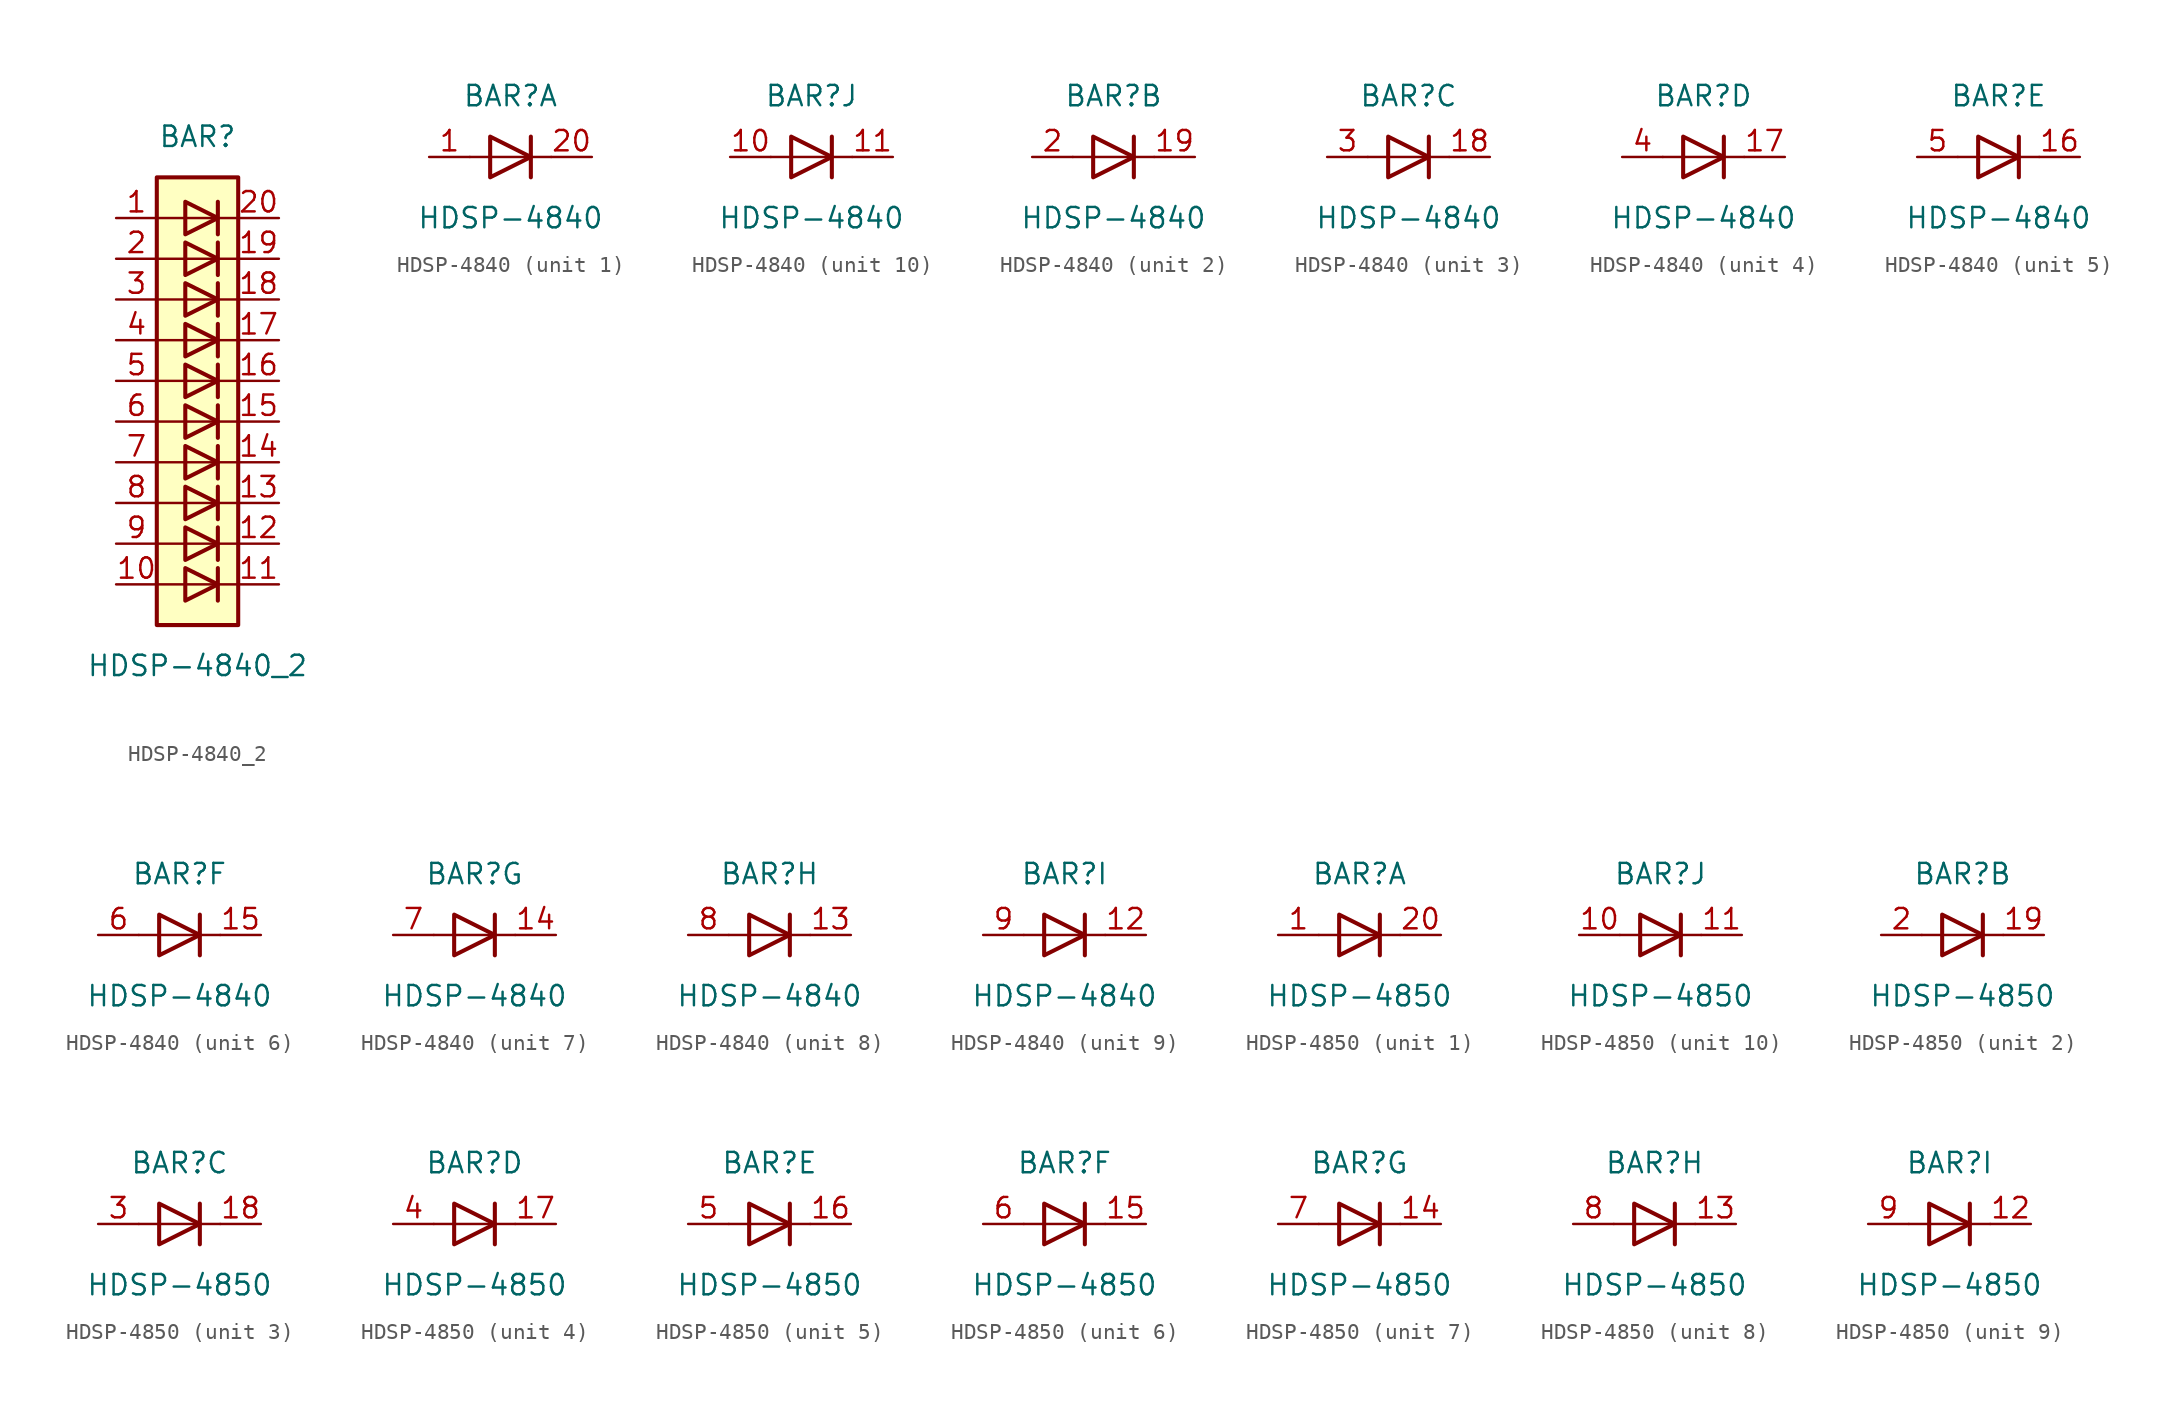
<source format=kicad_sym>
(kicad_symbol_lib
  (version 20211014)
  (generator kicad_symbol_editor)
  (symbol "HDSP-4840_2"
    (pin_names
      (offset 1.016) hide)
    (property "Reference" "BAR"
      (at 0 15.24 0)
      (effects (font (size 1.27 1.27))))
    (property "Value" "HDSP-4840_2"
      (at 0 -17.78 0)
      (effects (font (size 1.27 1.27))))
    (symbol "HDSP-4840_2_0_1"
      (rectangle (start -2.54 12.7) (end 2.54 -15.24) (stroke (width 0.254) (type default) (color 0 0 0 0)) (fill (type background)))
      (polyline (pts (xy -2.54 -12.7) (xy 2.54 -12.7)) (stroke (width 0) (type default) (color 0 0 0 0)) (fill (type none)))
      (polyline (pts (xy -2.54 -10.16) (xy 2.54 -10.16)) (stroke (width 0) (type default) (color 0 0 0 0)) (fill (type none)))
      (polyline (pts (xy -2.54 -7.62) (xy 2.54 -7.62)) (stroke (width 0) (type default) (color 0 0 0 0)) (fill (type none)))
      (polyline (pts (xy -2.54 -5.08) (xy 2.54 -5.08)) (stroke (width 0) (type default) (color 0 0 0 0)) (fill (type none)))
      (polyline (pts (xy -2.54 0) (xy 2.54 0)) (stroke (width 0) (type default) (color 0 0 0 0)) (fill (type none)))
      (polyline (pts (xy -2.54 5.08) (xy 2.54 5.08)) (stroke (width 0) (type default) (color 0 0 0 0)) (fill (type none)))
      (polyline (pts (xy -2.54 7.62) (xy 2.54 7.62)) (stroke (width 0) (type default) (color 0 0 0 0)) (fill (type none)))
      (polyline (pts (xy -2.54 10.16) (xy 2.54 10.16)) (stroke (width 0) (type default) (color 0 0 0 0)) (fill (type none)))
      (polyline (pts (xy 1.27 -11.684) (xy 1.27 -13.716)) (stroke (width 0.254) (type default) (color 0 0 0 0)) (fill (type none)))
      (polyline (pts (xy 1.27 -9.144) (xy 1.27 -11.176)) (stroke (width 0.254) (type default) (color 0 0 0 0)) (fill (type none)))
      (polyline (pts (xy 1.27 -6.604) (xy 1.27 -8.636)) (stroke (width 0.254) (type default) (color 0 0 0 0)) (fill (type none)))
      (polyline (pts (xy 1.27 -4.064) (xy 1.27 -6.096)) (stroke (width 0.254) (type default) (color 0 0 0 0)) (fill (type none)))
      (polyline (pts (xy 1.27 -1.524) (xy 1.27 -3.556)) (stroke (width 0.254) (type default) (color 0 0 0 0)) (fill (type none)))
      (polyline (pts (xy 1.27 1.016) (xy 1.27 -1.016)) (stroke (width 0.254) (type default) (color 0 0 0 0)) (fill (type none)))
      (polyline (pts (xy 1.27 3.556) (xy 1.27 1.524)) (stroke (width 0.254) (type default) (color 0 0 0 0)) (fill (type none)))
      (polyline (pts (xy 1.27 6.096) (xy 1.27 4.064)) (stroke (width 0.254) (type default) (color 0 0 0 0)) (fill (type none)))
      (polyline (pts (xy 1.27 8.636) (xy 1.27 6.604)) (stroke (width 0.254) (type default) (color 0 0 0 0)) (fill (type none)))
      (polyline (pts (xy 1.27 11.176) (xy 1.27 9.144)) (stroke (width 0.254) (type default) (color 0 0 0 0)) (fill (type none)))
      (polyline (pts (xy 2.54 -2.54) (xy -2.54 -2.54)) (stroke (width 0) (type default) (color 0 0 0 0)) (fill (type none)))
      (polyline (pts (xy 2.54 2.54) (xy -2.54 2.54)) (stroke (width 0) (type default) (color 0 0 0 0)) (fill (type none)))
      (polyline (pts (xy -0.762 -11.684) (xy -0.762 -13.716) (xy 1.27 -12.7) (xy -0.762 -11.684)) (stroke (width 0.254) (type default) (color 0 0 0 0)) (fill (type none)))
      (polyline (pts (xy -0.762 -9.144) (xy -0.762 -11.176) (xy 1.27 -10.16) (xy -0.762 -9.144)) (stroke (width 0.254) (type default) (color 0 0 0 0)) (fill (type none)))
      (polyline (pts (xy -0.762 -6.604) (xy -0.762 -8.636) (xy 1.27 -7.62) (xy -0.762 -6.604)) (stroke (width 0.254) (type default) (color 0 0 0 0)) (fill (type none)))
      (polyline (pts (xy -0.762 -4.064) (xy -0.762 -6.096) (xy 1.27 -5.08) (xy -0.762 -4.064)) (stroke (width 0.254) (type default) (color 0 0 0 0)) (fill (type none)))
      (polyline (pts (xy -0.762 -1.524) (xy -0.762 -3.556) (xy 1.27 -2.54) (xy -0.762 -1.524)) (stroke (width 0.254) (type default) (color 0 0 0 0)) (fill (type none)))
      (polyline (pts (xy -0.762 1.016) (xy -0.762 -1.016) (xy 1.27 0) (xy -0.762 1.016)) (stroke (width 0.254) (type default) (color 0 0 0 0)) (fill (type none)))
      (polyline (pts (xy -0.762 3.556) (xy -0.762 1.524) (xy 1.27 2.54) (xy -0.762 3.556)) (stroke (width 0.254) (type default) (color 0 0 0 0)) (fill (type none)))
      (polyline (pts (xy -0.762 6.096) (xy -0.762 4.064) (xy 1.27 5.08) (xy -0.762 6.096)) (stroke (width 0.254) (type default) (color 0 0 0 0)) (fill (type none)))
      (polyline (pts (xy -0.762 8.636) (xy -0.762 6.604) (xy 1.27 7.62) (xy -0.762 8.636)) (stroke (width 0.254) (type default) (color 0 0 0 0)) (fill (type none)))
      (polyline (pts (xy -0.762 11.176) (xy -0.762 9.144) (xy 1.27 10.16) (xy -0.762 11.176)) (stroke (width 0.254) (type default) (color 0 0 0 0)) (fill (type none))))
    (symbol "HDSP-4840_2_1_1"
      (pin passive line (at -5.08 10.16 0) (length 2.54) (name "A" (effects (font (size 1.27 1.27)))) (number "1" (effects (font (size 1.27 1.27)))))
      (pin passive line (at -5.08 -12.7 0) (length 2.54) (name "A" (effects (font (size 1.27 1.27)))) (number "10" (effects (font (size 1.27 1.27)))))
      (pin passive line (at 5.08 -12.7 180) (length 2.54) (name "K" (effects (font (size 1.27 1.27)))) (number "11" (effects (font (size 1.27 1.27)))))
      (pin passive line (at 5.08 -10.16 180) (length 2.54) (name "K" (effects (font (size 1.27 1.27)))) (number "12" (effects (font (size 1.27 1.27)))))
      (pin passive line (at 5.08 -7.62 180) (length 2.54) (name "K" (effects (font (size 1.27 1.27)))) (number "13" (effects (font (size 1.27 1.27)))))
      (pin passive line (at 5.08 -5.08 180) (length 2.54) (name "K" (effects (font (size 1.27 1.27)))) (number "14" (effects (font (size 1.27 1.27)))))
      (pin passive line (at 5.08 -2.54 180) (length 2.54) (name "K" (effects (font (size 1.27 1.27)))) (number "15" (effects (font (size 1.27 1.27)))))
      (pin passive line (at 5.08 0 180) (length 2.54) (name "K" (effects (font (size 1.27 1.27)))) (number "16" (effects (font (size 1.27 1.27)))))
      (pin passive line (at 5.08 2.54 180) (length 2.54) (name "K" (effects (font (size 1.27 1.27)))) (number "17" (effects (font (size 1.27 1.27)))))
      (pin passive line (at 5.08 5.08 180) (length 2.54) (name "K" (effects (font (size 1.27 1.27)))) (number "18" (effects (font (size 1.27 1.27)))))
      (pin passive line (at 5.08 7.62 180) (length 2.54) (name "K" (effects (font (size 1.27 1.27)))) (number "19" (effects (font (size 1.27 1.27)))))
      (pin passive line (at -5.08 7.62 0) (length 2.54) (name "A" (effects (font (size 1.27 1.27)))) (number "2" (effects (font (size 1.27 1.27)))))
      (pin passive line (at 5.08 10.16 180) (length 2.54) (name "K" (effects (font (size 1.27 1.27)))) (number "20" (effects (font (size 1.27 1.27)))))
      (pin passive line (at -5.08 5.08 0) (length 2.54) (name "A" (effects (font (size 1.27 1.27)))) (number "3" (effects (font (size 1.27 1.27)))))
      (pin passive line (at -5.08 2.54 0) (length 2.54) (name "A" (effects (font (size 1.27 1.27)))) (number "4" (effects (font (size 1.27 1.27)))))
      (pin passive line (at -5.08 0 0) (length 2.54) (name "A" (effects (font (size 1.27 1.27)))) (number "5" (effects (font (size 1.27 1.27)))))
      (pin passive line (at -5.08 -2.54 0) (length 2.54) (name "A" (effects (font (size 1.27 1.27)))) (number "6" (effects (font (size 1.27 1.27)))))
      (pin passive line (at -5.08 -5.08 0) (length 2.54) (name "A" (effects (font (size 1.27 1.27)))) (number "7" (effects (font (size 1.27 1.27)))))
      (pin passive line (at -5.08 -7.62 0) (length 2.54) (name "A" (effects (font (size 1.27 1.27)))) (number "8" (effects (font (size 1.27 1.27)))))
      (pin passive line (at -5.08 -10.16 0) (length 2.54) (name "A" (effects (font (size 1.27 1.27)))) (number "9" (effects (font (size 1.27 1.27)))))))
  (symbol "HDSP-4840"
    (pin_names
      (offset 1.016) hide)
    (property "Reference" "BAR"
      (at 0 3.81 0)
      (effects (font (size 1.27 1.27))))
    (property "Value" "HDSP-4840"
      (at 0 -3.81 0)
      (effects (font (size 1.27 1.27))))
    (symbol "HDSP-4840_0_1"
      (polyline (pts (xy -2.54 0) (xy 2.54 0)) (stroke (width 0) (type default) (color 0 0 0 0)) (fill (type none)))
      (polyline (pts (xy 1.27 -1.27) (xy 1.27 1.27)) (stroke (width 0.254) (type default) (color 0 0 0 0)) (fill (type none)))
      (polyline (pts (xy -1.27 1.27) (xy -1.27 -1.27) (xy 1.27 0) (xy -1.27 1.27)) (stroke (width 0.254) (type default) (color 0 0 0 0)) (fill (type none))))
    (symbol "HDSP-4840_1_1"
      (pin passive line (at -5.08 0 0) (length 2.54) (name "A" (effects (font (size 1.27 1.27)))) (number "1" (effects (font (size 1.27 1.27)))))
      (pin passive line (at 5.08 0 180) (length 2.54) (name "K" (effects (font (size 1.27 1.27)))) (number "20" (effects (font (size 1.27 1.27))))))
    (symbol "HDSP-4840_2_1"
      (pin passive line (at 5.08 0 180) (length 2.54) (name "K" (effects (font (size 1.27 1.27)))) (number "19" (effects (font (size 1.27 1.27)))))
      (pin passive line (at -5.08 0 0) (length 2.54) (name "A" (effects (font (size 1.27 1.27)))) (number "2" (effects (font (size 1.27 1.27))))))
    (symbol "HDSP-4840_3_1"
      (pin passive line (at 5.08 0 180) (length 2.54) (name "K" (effects (font (size 1.27 1.27)))) (number "18" (effects (font (size 1.27 1.27)))))
      (pin passive line (at -5.08 0 0) (length 2.54) (name "A" (effects (font (size 1.27 1.27)))) (number "3" (effects (font (size 1.27 1.27))))))
    (symbol "HDSP-4840_4_1"
      (pin passive line (at 5.08 0 180) (length 2.54) (name "K" (effects (font (size 1.27 1.27)))) (number "17" (effects (font (size 1.27 1.27)))))
      (pin passive line (at -5.08 0 0) (length 2.54) (name "A" (effects (font (size 1.27 1.27)))) (number "4" (effects (font (size 1.27 1.27))))))
    (symbol "HDSP-4840_5_1"
      (pin passive line (at 5.08 0 180) (length 2.54) (name "K" (effects (font (size 1.27 1.27)))) (number "16" (effects (font (size 1.27 1.27)))))
      (pin passive line (at -5.08 0 0) (length 2.54) (name "A" (effects (font (size 1.27 1.27)))) (number "5" (effects (font (size 1.27 1.27))))))
    (symbol "HDSP-4840_6_1"
      (pin passive line (at 5.08 0 180) (length 2.54) (name "K" (effects (font (size 1.27 1.27)))) (number "15" (effects (font (size 1.27 1.27)))))
      (pin passive line (at -5.08 0 0) (length 2.54) (name "A" (effects (font (size 1.27 1.27)))) (number "6" (effects (font (size 1.27 1.27))))))
    (symbol "HDSP-4840_7_1"
      (pin passive line (at 5.08 0 180) (length 2.54) (name "K" (effects (font (size 1.27 1.27)))) (number "14" (effects (font (size 1.27 1.27)))))
      (pin passive line (at -5.08 0 0) (length 2.54) (name "A" (effects (font (size 1.27 1.27)))) (number "7" (effects (font (size 1.27 1.27))))))
    (symbol "HDSP-4840_8_1"
      (pin passive line (at 5.08 0 180) (length 2.54) (name "K" (effects (font (size 1.27 1.27)))) (number "13" (effects (font (size 1.27 1.27)))))
      (pin passive line (at -5.08 0 0) (length 2.54) (name "A" (effects (font (size 1.27 1.27)))) (number "8" (effects (font (size 1.27 1.27))))))
    (symbol "HDSP-4840_9_1"
      (pin passive line (at 5.08 0 180) (length 2.54) (name "K" (effects (font (size 1.27 1.27)))) (number "12" (effects (font (size 1.27 1.27)))))
      (pin passive line (at -5.08 0 0) (length 2.54) (name "A" (effects (font (size 1.27 1.27)))) (number "9" (effects (font (size 1.27 1.27))))))
    (symbol "HDSP-4840_10_1"
      (pin passive line (at -5.08 0 0) (length 2.54) (name "A" (effects (font (size 1.27 1.27)))) (number "10" (effects (font (size 1.27 1.27)))))
      (pin passive line (at 5.08 0 180) (length 2.54) (name "K" (effects (font (size 1.27 1.27)))) (number "11" (effects (font (size 1.27 1.27)))))))
  (symbol "HDSP-4850"
    (pin_names
      (offset 1.016) hide)
    (property "Reference" "BAR"
      (at 0 3.81 0)
      (effects (font (size 1.27 1.27))))
    (property "Value" "HDSP-4850"
      (at 0 -3.81 0)
      (effects (font (size 1.27 1.27))))
    (symbol "HDSP-4850_0_1"
      (polyline (pts (xy -2.54 0) (xy 2.54 0)) (stroke (width 0) (type default) (color 0 0 0 0)) (fill (type none)))
      (polyline (pts (xy 1.27 -1.27) (xy 1.27 1.27)) (stroke (width 0.254) (type default) (color 0 0 0 0)) (fill (type none)))
      (polyline (pts (xy -1.27 1.27) (xy -1.27 -1.27) (xy 1.27 0) (xy -1.27 1.27)) (stroke (width 0.254) (type default) (color 0 0 0 0)) (fill (type none))))
    (symbol "HDSP-4850_1_1"
      (pin passive line (at -5.08 0 0) (length 2.54) (name "A" (effects (font (size 1.27 1.27)))) (number "1" (effects (font (size 1.27 1.27)))))
      (pin passive line (at 5.08 0 180) (length 2.54) (name "K" (effects (font (size 1.27 1.27)))) (number "20" (effects (font (size 1.27 1.27))))))
    (symbol "HDSP-4850_2_1"
      (pin passive line (at 5.08 0 180) (length 2.54) (name "K" (effects (font (size 1.27 1.27)))) (number "19" (effects (font (size 1.27 1.27)))))
      (pin passive line (at -5.08 0 0) (length 2.54) (name "A" (effects (font (size 1.27 1.27)))) (number "2" (effects (font (size 1.27 1.27))))))
    (symbol "HDSP-4850_3_1"
      (pin passive line (at 5.08 0 180) (length 2.54) (name "K" (effects (font (size 1.27 1.27)))) (number "18" (effects (font (size 1.27 1.27)))))
      (pin passive line (at -5.08 0 0) (length 2.54) (name "A" (effects (font (size 1.27 1.27)))) (number "3" (effects (font (size 1.27 1.27))))))
    (symbol "HDSP-4850_4_1"
      (pin passive line (at 5.08 0 180) (length 2.54) (name "K" (effects (font (size 1.27 1.27)))) (number "17" (effects (font (size 1.27 1.27)))))
      (pin passive line (at -5.08 0 0) (length 2.54) (name "A" (effects (font (size 1.27 1.27)))) (number "4" (effects (font (size 1.27 1.27))))))
    (symbol "HDSP-4850_5_1"
      (pin passive line (at 5.08 0 180) (length 2.54) (name "K" (effects (font (size 1.27 1.27)))) (number "16" (effects (font (size 1.27 1.27)))))
      (pin passive line (at -5.08 0 0) (length 2.54) (name "A" (effects (font (size 1.27 1.27)))) (number "5" (effects (font (size 1.27 1.27))))))
    (symbol "HDSP-4850_6_1"
      (pin passive line (at 5.08 0 180) (length 2.54) (name "K" (effects (font (size 1.27 1.27)))) (number "15" (effects (font (size 1.27 1.27)))))
      (pin passive line (at -5.08 0 0) (length 2.54) (name "A" (effects (font (size 1.27 1.27)))) (number "6" (effects (font (size 1.27 1.27))))))
    (symbol "HDSP-4850_7_1"
      (pin passive line (at 5.08 0 180) (length 2.54) (name "K" (effects (font (size 1.27 1.27)))) (number "14" (effects (font (size 1.27 1.27)))))
      (pin passive line (at -5.08 0 0) (length 2.54) (name "A" (effects (font (size 1.27 1.27)))) (number "7" (effects (font (size 1.27 1.27))))))
    (symbol "HDSP-4850_8_1"
      (pin passive line (at 5.08 0 180) (length 2.54) (name "K" (effects (font (size 1.27 1.27)))) (number "13" (effects (font (size 1.27 1.27)))))
      (pin passive line (at -5.08 0 0) (length 2.54) (name "A" (effects (font (size 1.27 1.27)))) (number "8" (effects (font (size 1.27 1.27))))))
    (symbol "HDSP-4850_9_1"
      (pin passive line (at 5.08 0 180) (length 2.54) (name "K" (effects (font (size 1.27 1.27)))) (number "12" (effects (font (size 1.27 1.27)))))
      (pin passive line (at -5.08 0 0) (length 2.54) (name "A" (effects (font (size 1.27 1.27)))) (number "9" (effects (font (size 1.27 1.27))))))
    (symbol "HDSP-4850_10_1"
      (pin passive line (at -5.08 0 0) (length 2.54) (name "A" (effects (font (size 1.27 1.27)))) (number "10" (effects (font (size 1.27 1.27)))))
      (pin passive line (at 5.08 0 180) (length 2.54) (name "K" (effects (font (size 1.27 1.27)))) (number "11" (effects (font (size 1.27 1.27))))))))
</source>
